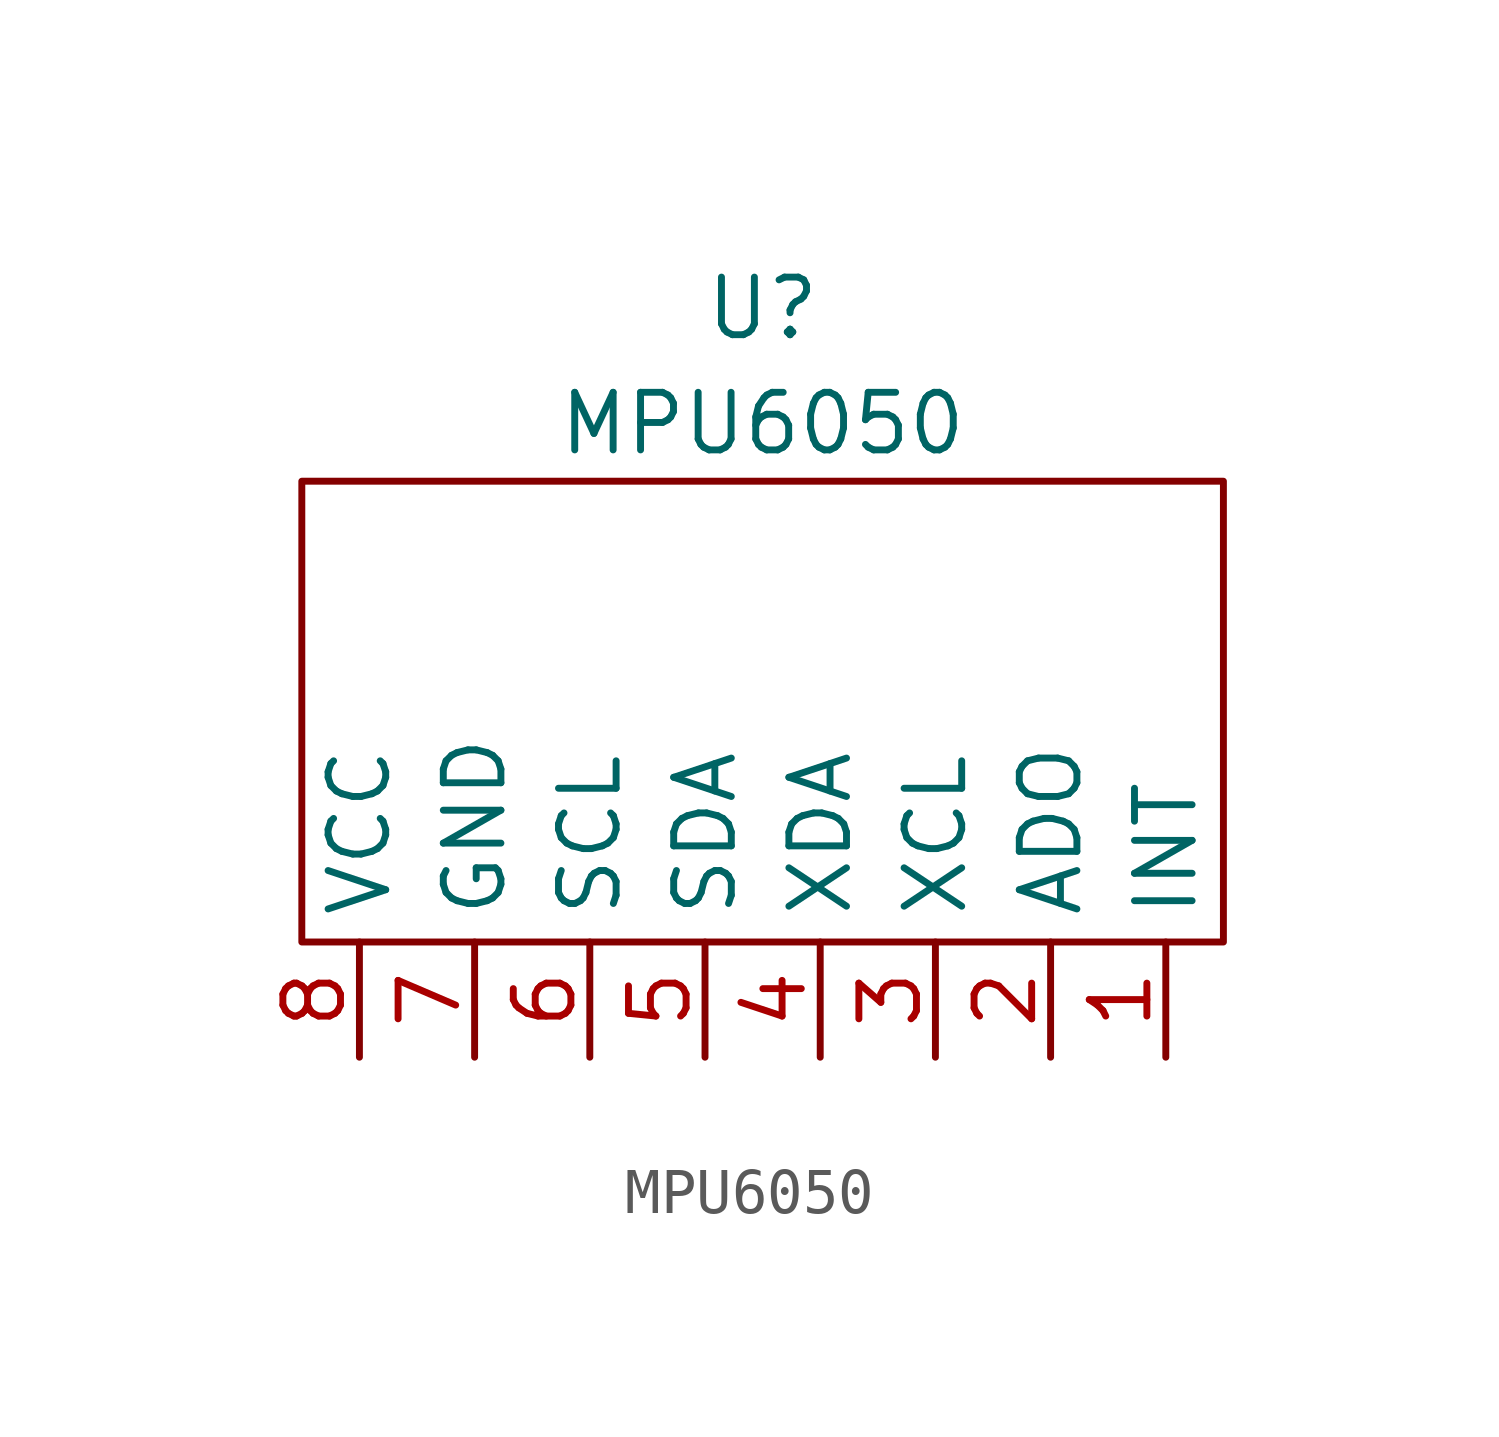
<source format=kicad_sym>
(kicad_symbol_lib
  (version 20211014)
  (generator kicad_symbol_editor)
  (symbol "MPU6050"
    (property "Reference" "U"
      (at 0 2.54 0)
      (effects (font (size 1.27 1.27))))
    (property "Value" "MPU6050"
      (at 0 0 0)
      (effects (font (size 1.27 1.27))))
    (symbol "MPU6050_0_1"
      (rectangle (start -10.16 -1.27) (end 10.16 -11.43) (stroke (width 0) (type default) (color 0 0 0 0)) (fill (type none))))
    (symbol "MPU6050_1_1"
      (pin bidirectional line (at 8.89 -13.97 90) (length 2.54) (name "INT" (effects (font (size 1.27 1.27)))) (number "1" (effects (font (size 1.27 1.27)))))
      (pin bidirectional line (at 6.35 -13.97 90) (length 2.54) (name "ADO" (effects (font (size 1.27 1.27)))) (number "2" (effects (font (size 1.27 1.27)))))
      (pin bidirectional line (at 3.81 -13.97 90) (length 2.54) (name "XCL" (effects (font (size 1.27 1.27)))) (number "3" (effects (font (size 1.27 1.27)))))
      (pin bidirectional line (at 1.27 -13.97 90) (length 2.54) (name "XDA" (effects (font (size 1.27 1.27)))) (number "4" (effects (font (size 1.27 1.27)))))
      (pin bidirectional line (at -1.27 -13.97 90) (length 2.54) (name "SDA" (effects (font (size 1.27 1.27)))) (number "5" (effects (font (size 1.27 1.27)))))
      (pin bidirectional line (at -3.81 -13.97 90) (length 2.54) (name "SCL" (effects (font (size 1.27 1.27)))) (number "6" (effects (font (size 1.27 1.27)))))
      (pin bidirectional line (at -6.35 -13.97 90) (length 2.54) (name "GND" (effects (font (size 1.27 1.27)))) (number "7" (effects (font (size 1.27 1.27)))))
      (pin bidirectional line (at -8.89 -13.97 90) (length 2.54) (name "VCC" (effects (font (size 1.27 1.27)))) (number "8" (effects (font (size 1.27 1.27))))))))
</source>
